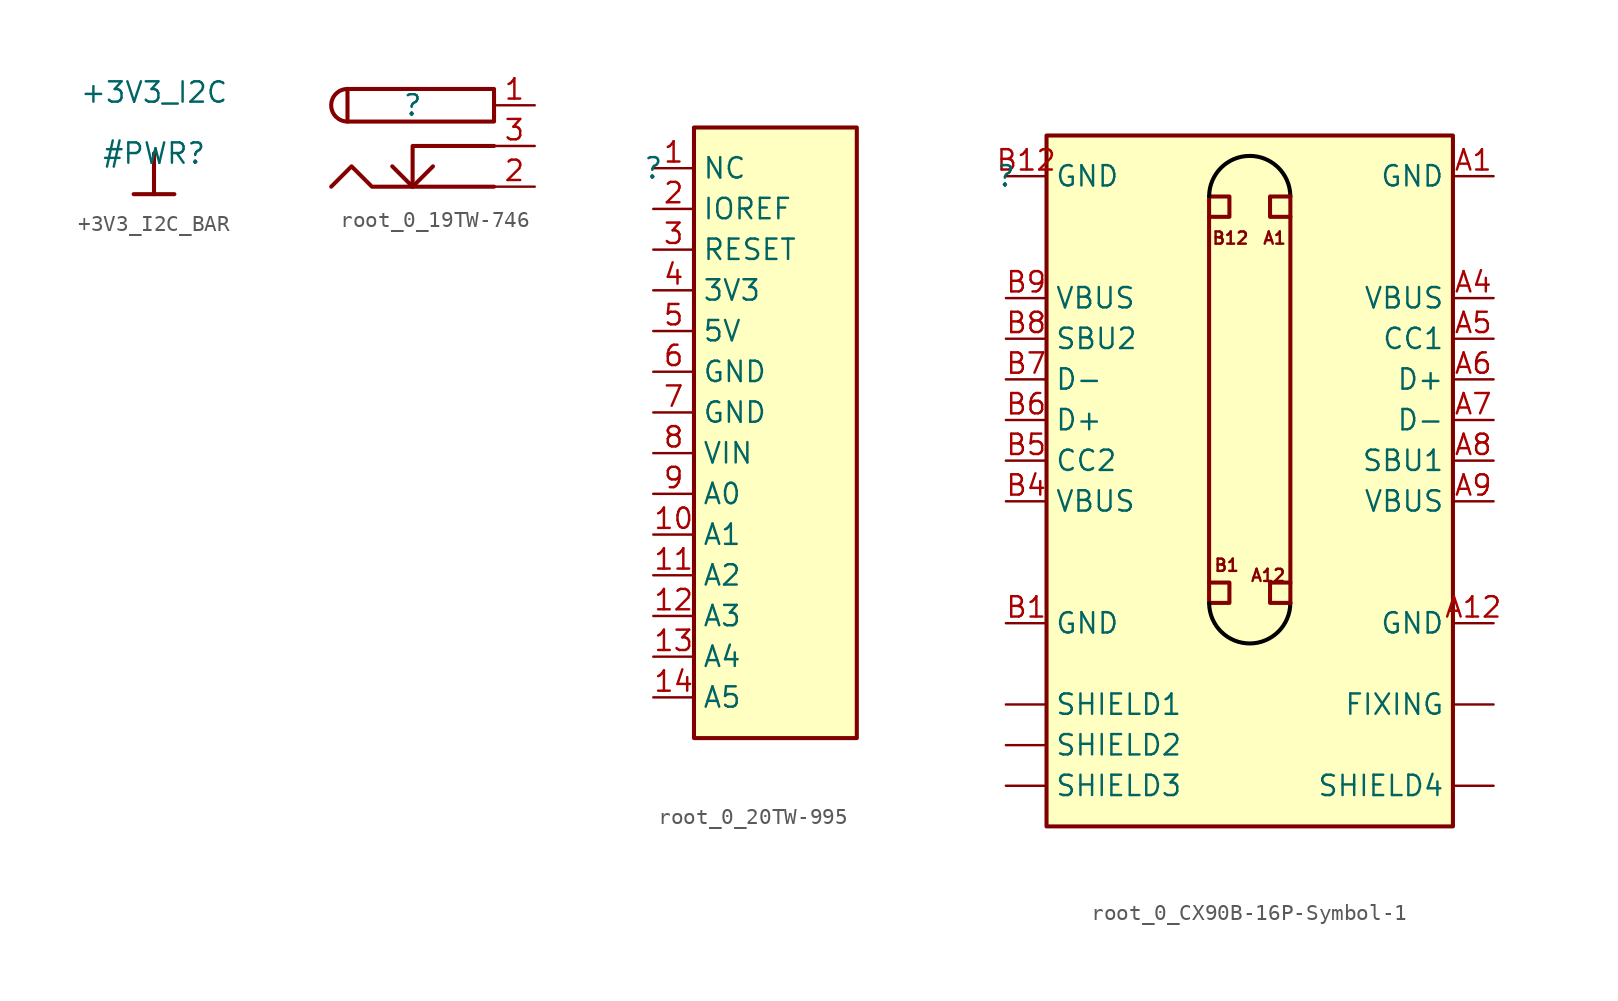
<source format=kicad_sym>
(kicad_symbol_lib
  (version 20231120)
  (generator "kicad_symbol_editor")
  (generator_version "8.0")
  (symbol "+3V3_I2C_BAR"
    (power)
    (property "Reference" "#PWR"
      (at 0 0 0)
      (effects (font (size 1.27 1.27))))
    (property "Value" "+3V3_I2C"
      (at 0 3.81 0)
      (effects (font (size 1.27 1.27))))
    (symbol "+3V3_I2C_BAR_0_0"
      (polyline (pts (xy -1.27 -2.54) (xy 1.27 -2.54)) (stroke (width 0.254) (type solid)) (fill (type none)))
      (polyline (pts (xy 0 0) (xy 0 -2.54)) (stroke (width 0.254) (type solid)) (fill (type none)))
      (pin power_in line (at 0 0 0) (length 0) hide (name "+3V3_I2C" (effects (font (size 1.27 1.27)))) (number "" (effects (font (size 1.27 1.27)))))))
  (symbol "root_0_19TW-746"
    (property "Reference" ""
      (at 0 0 0)
      (effects (font (size 1.27 1.27))))
    (property "Value" ""
      (at 0 0 0)
      (effects (font (size 1.27 1.27))))
    (symbol "root_0_19TW-746_1_0"
      (arc (start -4.064 1.016) (mid -5.08 0) (end -4.064 -1.016) (stroke (width 0.254) (type solid)) (fill (type none)))
      (polyline (pts (xy 0 -5.08) (xy 1.27 -3.81)) (stroke (width 0.254) (type solid)) (fill (type none)))
      (polyline (pts (xy 5.08 -5.08) (xy -2.54 -5.08) (xy -3.81 -3.81) (xy -5.08 -5.08)) (stroke (width 0.254) (type solid)) (fill (type none)))
      (polyline (pts (xy 5.08 -2.54) (xy 0 -2.54) (xy 0 -5.08) (xy -1.27 -3.81)) (stroke (width 0.254) (type solid)) (fill (type none)))
      (polyline (pts (xy 5.08 1.016) (xy -4.064 1.016) (xy -4.064 -1.016) (xy 5.08 -1.016) (xy 5.08 1.016)) (stroke (width 0.254) (type solid)) (fill (type none)))
      (pin power_in line (at 7.62 0 180) (length 2.54) (name "1" (effects (font (size 0 0)))) (number "1" (effects (font (size 1.27 1.27)))))
      (pin power_in line (at 7.62 -5.08 180) (length 2.54) (name "2" (effects (font (size 0 0)))) (number "2" (effects (font (size 1.27 1.27)))))
      (pin power_in line (at 7.62 -2.54 180) (length 2.54) (name "3" (effects (font (size 0 0)))) (number "3" (effects (font (size 1.27 1.27)))))))
  (symbol "root_0_20TW-995"
    (property "Reference" ""
      (at 0 0 0)
      (effects (font (size 1.27 1.27))))
    (property "Value" ""
      (at 0 0 0)
      (effects (font (size 1.27 1.27))))
    (symbol "root_0_20TW-995_1_0"
      (rectangle (start 12.7 2.54) (end 2.54 -35.56) (stroke (width 0.254) (type solid) (color 128 0 0 1)) (fill (type background)))
      (pin passive line (at 0 0 0) (length 2.54) (name "NC" (effects (font (size 1.27 1.27)))) (number "1" (effects (font (size 1.27 1.27)))))
      (pin passive line (at 0 -22.86 0) (length 2.54) (name "A1" (effects (font (size 1.27 1.27)))) (number "10" (effects (font (size 1.27 1.27)))))
      (pin passive line (at 0 -25.4 0) (length 2.54) (name "A2" (effects (font (size 1.27 1.27)))) (number "11" (effects (font (size 1.27 1.27)))))
      (pin passive line (at 0 -27.94 0) (length 2.54) (name "A3" (effects (font (size 1.27 1.27)))) (number "12" (effects (font (size 1.27 1.27)))))
      (pin passive line (at 0 -30.48 0) (length 2.54) (name "A4" (effects (font (size 1.27 1.27)))) (number "13" (effects (font (size 1.27 1.27)))))
      (pin passive line (at 0 -33.02 0) (length 2.54) (name "A5" (effects (font (size 1.27 1.27)))) (number "14" (effects (font (size 1.27 1.27)))))
      (pin passive line (at 0 -2.54 0) (length 2.54) (name "IOREF" (effects (font (size 1.27 1.27)))) (number "2" (effects (font (size 1.27 1.27)))))
      (pin passive line (at 0 -5.08 0) (length 2.54) (name "RESET" (effects (font (size 1.27 1.27)))) (number "3" (effects (font (size 1.27 1.27)))))
      (pin passive line (at 0 -7.62 0) (length 2.54) (name "3V3" (effects (font (size 1.27 1.27)))) (number "4" (effects (font (size 1.27 1.27)))))
      (pin passive line (at 0 -10.16 0) (length 2.54) (name "5V" (effects (font (size 1.27 1.27)))) (number "5" (effects (font (size 1.27 1.27)))))
      (pin passive line (at 0 -12.7 0) (length 2.54) (name "GND" (effects (font (size 1.27 1.27)))) (number "6" (effects (font (size 1.27 1.27)))))
      (pin passive line (at 0 -15.24 0) (length 2.54) (name "GND" (effects (font (size 1.27 1.27)))) (number "7" (effects (font (size 1.27 1.27)))))
      (pin passive line (at 0 -17.78 0) (length 2.54) (name "VIN" (effects (font (size 1.27 1.27)))) (number "8" (effects (font (size 1.27 1.27)))))
      (pin passive line (at 0 -20.32 0) (length 2.54) (name "A0" (effects (font (size 1.27 1.27)))) (number "9" (effects (font (size 1.27 1.27)))))))
  (symbol "root_0_CX90B-16P-Symbol-1"
    (property "Reference" ""
      (at 0 0 0)
      (effects (font (size 1.27 1.27))))
    (property "Value" ""
      (at 0 0 0)
      (effects (font (size 1.27 1.27))))
    (symbol "root_0_CX90B-16P-Symbol-1_1_0"
      (polyline (pts (xy 12.7 -26.67) (xy 12.7 -1.27)) (stroke (width 0.254) (type solid)) (fill (type none)))
      (polyline (pts (xy 17.78 -1.27) (xy 17.78 -26.67)) (stroke (width 0.254) (type solid)) (fill (type none)))
      (polyline (pts (xy 12.7 -25.4) (xy 13.97 -25.4) (xy 13.97 -26.67) (xy 12.7 -26.67)) (stroke (width 0.254) (type solid)) (fill (type none)))
      (polyline (pts (xy 12.7 -1.27) (xy 13.97 -1.27) (xy 13.97 -2.54) (xy 12.7 -2.54)) (stroke (width 0.254) (type solid)) (fill (type none)))
      (polyline (pts (xy 17.78 -25.4) (xy 16.51 -25.4) (xy 16.51 -26.67) (xy 17.78 -26.67)) (stroke (width 0.254) (type solid)) (fill (type none)))
      (polyline (pts (xy 17.78 -1.27) (xy 16.51 -1.27) (xy 16.51 -2.54) (xy 17.78 -2.54)) (stroke (width 0.254) (type solid)) (fill (type none)))
      (arc (start 12.7033 -26.7071) (mid 15.2469 -29.207) (end 17.7769 -26.6933) (stroke (width 0.254) (type solid) (color 0 0 0 1)) (fill (type none)))
      (arc (start 17.7767 -1.2329) (mid 15.2331 1.267) (end 12.7031 -1.2467) (stroke (width 0.254) (type solid) (color 0 0 0 1)) (fill (type none)))
      (rectangle (start 27.94 2.54) (end 2.54 -40.64) (stroke (width 0.254) (type solid) (color 128 0 0 1)) (fill (type background)))
      (text "A1" (at 16.002 -4.318 0) (effects (font (size 0.762 0.762)) (justify left bottom)))
      (text "A12" (at 15.24 -25.4 0) (effects (font (size 0.762 0.762)) (justify left bottom)))
      (text "B1" (at 12.954 -23.876 0) (effects (font (size 0.762 0.762)) (justify left top)))
      (text "B12" (at 15.24 -4.318 0) (effects (font (size 0.762 0.762)) (justify right bottom)))
      (pin passive line (at 30.48 0 180) (length 2.54) (name "GND" (effects (font (size 1.27 1.27)))) (number "A1" (effects (font (size 1.27 1.27)))))
      (pin passive line (at 30.48 -27.94 180) (length 2.54) (name "GND" (effects (font (size 1.27 1.27)))) (number "A12" (effects (font (size 1.27 1.27)))))
      (pin passive line (at 30.48 -7.62 180) (length 2.54) (name "VBUS" (effects (font (size 1.27 1.27)))) (number "A4" (effects (font (size 1.27 1.27)))))
      (pin passive line (at 30.48 -10.16 180) (length 2.54) (name "CC1" (effects (font (size 1.27 1.27)))) (number "A5" (effects (font (size 1.27 1.27)))))
      (pin passive line (at 30.48 -12.7 180) (length 2.54) (name "D+" (effects (font (size 1.27 1.27)))) (number "A6" (effects (font (size 1.27 1.27)))))
      (pin passive line (at 30.48 -15.24 180) (length 2.54) (name "D-" (effects (font (size 1.27 1.27)))) (number "A7" (effects (font (size 1.27 1.27)))))
      (pin passive line (at 30.48 -17.78 180) (length 2.54) (name "SBU1" (effects (font (size 1.27 1.27)))) (number "A8" (effects (font (size 1.27 1.27)))))
      (pin passive line (at 30.48 -20.32 180) (length 2.54) (name "VBUS" (effects (font (size 1.27 1.27)))) (number "A9" (effects (font (size 1.27 1.27)))))
      (pin passive line (at 0 -27.94 0) (length 2.54) (name "GND" (effects (font (size 1.27 1.27)))) (number "B1" (effects (font (size 1.27 1.27)))))
      (pin passive line (at 0 0 0) (length 2.54) (name "GND" (effects (font (size 1.27 1.27)))) (number "B12" (effects (font (size 1.27 1.27)))))
      (pin passive line (at 0 -20.32 0) (length 2.54) (name "VBUS" (effects (font (size 1.27 1.27)))) (number "B4" (effects (font (size 1.27 1.27)))))
      (pin passive line (at 0 -17.78 0) (length 2.54) (name "CC2" (effects (font (size 1.27 1.27)))) (number "B5" (effects (font (size 1.27 1.27)))))
      (pin passive line (at 0 -15.24 0) (length 2.54) (name "D+" (effects (font (size 1.27 1.27)))) (number "B6" (effects (font (size 1.27 1.27)))))
      (pin passive line (at 0 -12.7 0) (length 2.54) (name "D-" (effects (font (size 1.27 1.27)))) (number "B7" (effects (font (size 1.27 1.27)))))
      (pin passive line (at 0 -10.16 0) (length 2.54) (name "SBU2" (effects (font (size 1.27 1.27)))) (number "B8" (effects (font (size 1.27 1.27)))))
      (pin passive line (at 0 -7.62 0) (length 2.54) (name "VBUS" (effects (font (size 1.27 1.27)))) (number "B9" (effects (font (size 1.27 1.27)))))
      (pin passive line (at 30.48 -33.02 180) (length 2.54) (name "FIXING" (effects (font (size 1.27 1.27)))) (number "FIXING" (effects (font (size 0 0)))))
      (pin passive line (at 0 -33.02 0) (length 2.54) (name "SHIELD1" (effects (font (size 1.27 1.27)))) (number "SHIELD1" (effects (font (size 0 0)))))
      (pin passive line (at 0 -35.56 0) (length 2.54) (name "SHIELD2" (effects (font (size 1.27 1.27)))) (number "SHIELD2" (effects (font (size 0 0)))))
      (pin passive line (at 0 -38.1 0) (length 2.54) (name "SHIELD3" (effects (font (size 1.27 1.27)))) (number "SHIELD3" (effects (font (size 0 0)))))
      (pin passive line (at 30.48 -38.1 180) (length 2.54) (name "SHIELD4" (effects (font (size 1.27 1.27)))) (number "SHIELD4" (effects (font (size 0 0))))))))
</source>
